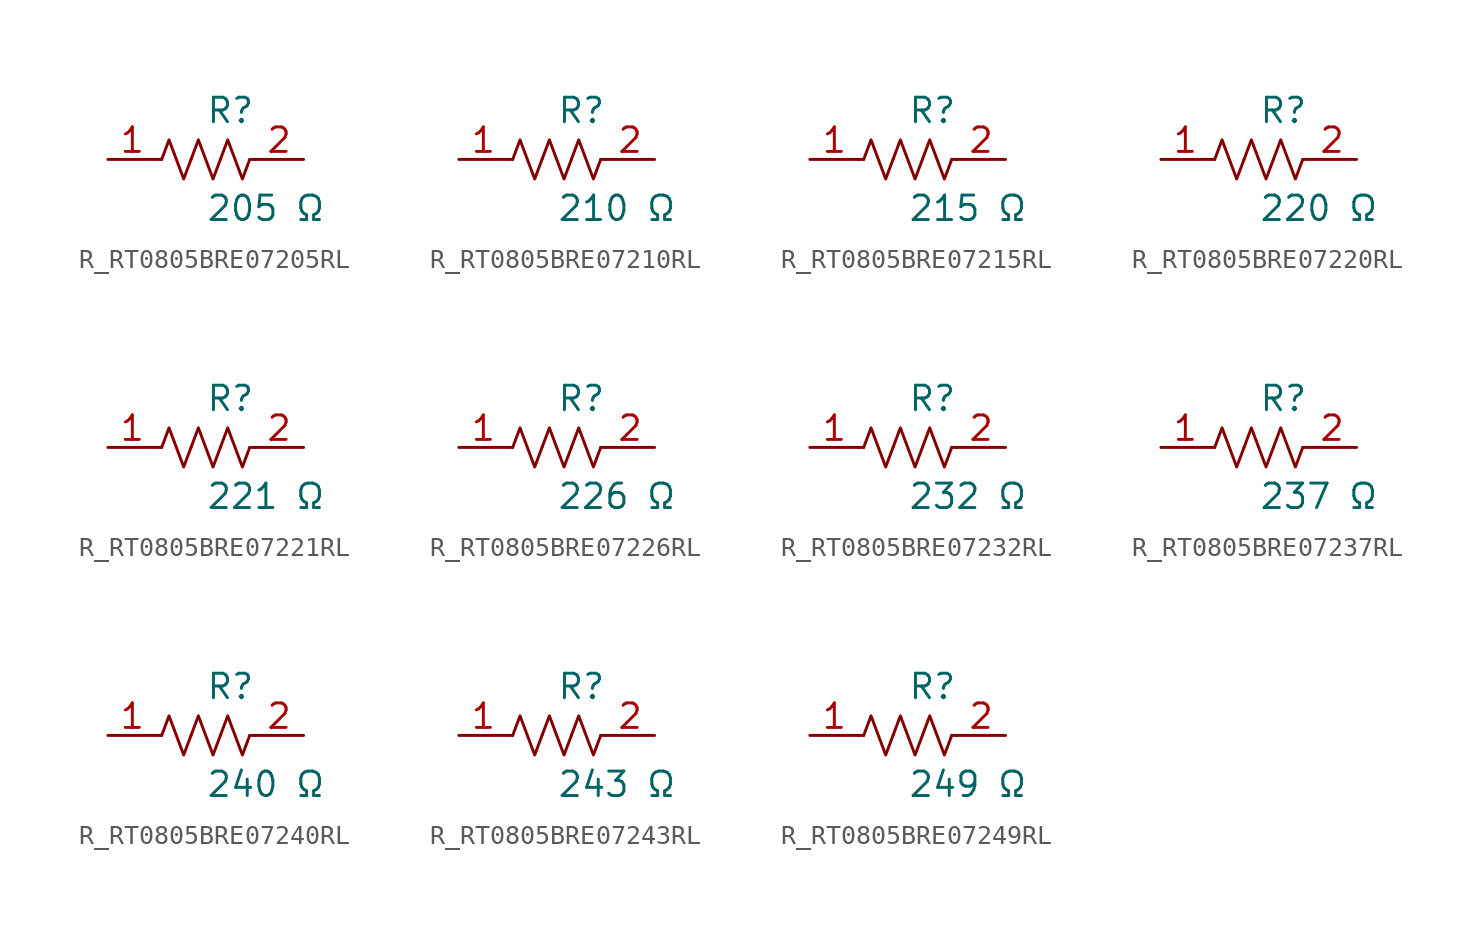
<source format=kicad_sym>
(kicad_symbol_lib
  (version 20231120)
  (generator kicad_symbol_editor)
  (generator_version 8.0)
  (symbol "R_RT0805BRE07205RL"
    (pin_names
      (offset 0.254))
    (property "Reference" "R"
      (at 0.0 2.54 0)
      (effects (font (size 1.27 1.27)) (justify left)))
    (property "Value" "205 Ω"
      (at 0.0 -2.54 0)
      (effects (font (size 1.27 1.27)) (justify left)))
    (symbol "R_RT0805BRE07205RL_0_1"
      (polyline (pts (xy 2.286 0) (xy 2.54 0)) (stroke (width 0) (type default)) (fill (type none)))
      (polyline (pts (xy -2.286 0) (xy -2.54 0)) (stroke (width 0) (type default)) (fill (type none)))
      (polyline (pts (xy 0.762 0) (xy 1.143 1.016) (xy 1.524 0) (xy 1.905 -1.016) (xy 2.286 0)) (stroke (width 0) (type default)) (fill (type none)))
      (polyline (pts (xy -0.762 0) (xy -0.381 1.016) (xy 0 0) (xy 0.381 -1.016) (xy 0.762 0)) (stroke (width 0) (type default)) (fill (type none)))
      (polyline (pts (xy -2.286 0) (xy -1.905 1.016) (xy -1.524 0) (xy -1.143 -1.016) (xy -0.762 0)) (stroke (width 0) (type default)) (fill (type none))))
    (pin unspecified line
      (at -5.08 0 0)
      (length 2.54)
      (name "" (effects (font (size 1.27 1.27))))
      (number "1" (effects (font (size 1.27 1.27)))))
    (pin unspecified line
      (at 5.08 0 180)
      (length 2.54)
      (name "" (effects (font (size 1.27 1.27))))
      (number "2" (effects (font (size 1.27 1.27))))))
  (symbol "R_RT0805BRE07210RL"
    (pin_names
      (offset 0.254))
    (property "Reference" "R"
      (at 0.0 2.54 0)
      (effects (font (size 1.27 1.27)) (justify left)))
    (property "Value" "210 Ω"
      (at 0.0 -2.54 0)
      (effects (font (size 1.27 1.27)) (justify left)))
    (symbol "R_RT0805BRE07210RL_0_1"
      (polyline (pts (xy 2.286 0) (xy 2.54 0)) (stroke (width 0) (type default)) (fill (type none)))
      (polyline (pts (xy -2.286 0) (xy -2.54 0)) (stroke (width 0) (type default)) (fill (type none)))
      (polyline (pts (xy 0.762 0) (xy 1.143 1.016) (xy 1.524 0) (xy 1.905 -1.016) (xy 2.286 0)) (stroke (width 0) (type default)) (fill (type none)))
      (polyline (pts (xy -0.762 0) (xy -0.381 1.016) (xy 0 0) (xy 0.381 -1.016) (xy 0.762 0)) (stroke (width 0) (type default)) (fill (type none)))
      (polyline (pts (xy -2.286 0) (xy -1.905 1.016) (xy -1.524 0) (xy -1.143 -1.016) (xy -0.762 0)) (stroke (width 0) (type default)) (fill (type none))))
    (pin unspecified line
      (at -5.08 0 0)
      (length 2.54)
      (name "" (effects (font (size 1.27 1.27))))
      (number "1" (effects (font (size 1.27 1.27)))))
    (pin unspecified line
      (at 5.08 0 180)
      (length 2.54)
      (name "" (effects (font (size 1.27 1.27))))
      (number "2" (effects (font (size 1.27 1.27))))))
  (symbol "R_RT0805BRE07215RL"
    (pin_names
      (offset 0.254))
    (property "Reference" "R"
      (at 0.0 2.54 0)
      (effects (font (size 1.27 1.27)) (justify left)))
    (property "Value" "215 Ω"
      (at 0.0 -2.54 0)
      (effects (font (size 1.27 1.27)) (justify left)))
    (symbol "R_RT0805BRE07215RL_0_1"
      (polyline (pts (xy 2.286 0) (xy 2.54 0)) (stroke (width 0) (type default)) (fill (type none)))
      (polyline (pts (xy -2.286 0) (xy -2.54 0)) (stroke (width 0) (type default)) (fill (type none)))
      (polyline (pts (xy 0.762 0) (xy 1.143 1.016) (xy 1.524 0) (xy 1.905 -1.016) (xy 2.286 0)) (stroke (width 0) (type default)) (fill (type none)))
      (polyline (pts (xy -0.762 0) (xy -0.381 1.016) (xy 0 0) (xy 0.381 -1.016) (xy 0.762 0)) (stroke (width 0) (type default)) (fill (type none)))
      (polyline (pts (xy -2.286 0) (xy -1.905 1.016) (xy -1.524 0) (xy -1.143 -1.016) (xy -0.762 0)) (stroke (width 0) (type default)) (fill (type none))))
    (pin unspecified line
      (at -5.08 0 0)
      (length 2.54)
      (name "" (effects (font (size 1.27 1.27))))
      (number "1" (effects (font (size 1.27 1.27)))))
    (pin unspecified line
      (at 5.08 0 180)
      (length 2.54)
      (name "" (effects (font (size 1.27 1.27))))
      (number "2" (effects (font (size 1.27 1.27))))))
  (symbol "R_RT0805BRE07220RL"
    (pin_names
      (offset 0.254))
    (property "Reference" "R"
      (at 0.0 2.54 0)
      (effects (font (size 1.27 1.27)) (justify left)))
    (property "Value" "220 Ω"
      (at 0.0 -2.54 0)
      (effects (font (size 1.27 1.27)) (justify left)))
    (symbol "R_RT0805BRE07220RL_0_1"
      (polyline (pts (xy 2.286 0) (xy 2.54 0)) (stroke (width 0) (type default)) (fill (type none)))
      (polyline (pts (xy -2.286 0) (xy -2.54 0)) (stroke (width 0) (type default)) (fill (type none)))
      (polyline (pts (xy 0.762 0) (xy 1.143 1.016) (xy 1.524 0) (xy 1.905 -1.016) (xy 2.286 0)) (stroke (width 0) (type default)) (fill (type none)))
      (polyline (pts (xy -0.762 0) (xy -0.381 1.016) (xy 0 0) (xy 0.381 -1.016) (xy 0.762 0)) (stroke (width 0) (type default)) (fill (type none)))
      (polyline (pts (xy -2.286 0) (xy -1.905 1.016) (xy -1.524 0) (xy -1.143 -1.016) (xy -0.762 0)) (stroke (width 0) (type default)) (fill (type none))))
    (pin unspecified line
      (at -5.08 0 0)
      (length 2.54)
      (name "" (effects (font (size 1.27 1.27))))
      (number "1" (effects (font (size 1.27 1.27)))))
    (pin unspecified line
      (at 5.08 0 180)
      (length 2.54)
      (name "" (effects (font (size 1.27 1.27))))
      (number "2" (effects (font (size 1.27 1.27))))))
  (symbol "R_RT0805BRE07221RL"
    (pin_names
      (offset 0.254))
    (property "Reference" "R"
      (at 0.0 2.54 0)
      (effects (font (size 1.27 1.27)) (justify left)))
    (property "Value" "221 Ω"
      (at 0.0 -2.54 0)
      (effects (font (size 1.27 1.27)) (justify left)))
    (symbol "R_RT0805BRE07221RL_0_1"
      (polyline (pts (xy 2.286 0) (xy 2.54 0)) (stroke (width 0) (type default)) (fill (type none)))
      (polyline (pts (xy -2.286 0) (xy -2.54 0)) (stroke (width 0) (type default)) (fill (type none)))
      (polyline (pts (xy 0.762 0) (xy 1.143 1.016) (xy 1.524 0) (xy 1.905 -1.016) (xy 2.286 0)) (stroke (width 0) (type default)) (fill (type none)))
      (polyline (pts (xy -0.762 0) (xy -0.381 1.016) (xy 0 0) (xy 0.381 -1.016) (xy 0.762 0)) (stroke (width 0) (type default)) (fill (type none)))
      (polyline (pts (xy -2.286 0) (xy -1.905 1.016) (xy -1.524 0) (xy -1.143 -1.016) (xy -0.762 0)) (stroke (width 0) (type default)) (fill (type none))))
    (pin unspecified line
      (at -5.08 0 0)
      (length 2.54)
      (name "" (effects (font (size 1.27 1.27))))
      (number "1" (effects (font (size 1.27 1.27)))))
    (pin unspecified line
      (at 5.08 0 180)
      (length 2.54)
      (name "" (effects (font (size 1.27 1.27))))
      (number "2" (effects (font (size 1.27 1.27))))))
  (symbol "R_RT0805BRE07226RL"
    (pin_names
      (offset 0.254))
    (property "Reference" "R"
      (at 0.0 2.54 0)
      (effects (font (size 1.27 1.27)) (justify left)))
    (property "Value" "226 Ω"
      (at 0.0 -2.54 0)
      (effects (font (size 1.27 1.27)) (justify left)))
    (symbol "R_RT0805BRE07226RL_0_1"
      (polyline (pts (xy 2.286 0) (xy 2.54 0)) (stroke (width 0) (type default)) (fill (type none)))
      (polyline (pts (xy -2.286 0) (xy -2.54 0)) (stroke (width 0) (type default)) (fill (type none)))
      (polyline (pts (xy 0.762 0) (xy 1.143 1.016) (xy 1.524 0) (xy 1.905 -1.016) (xy 2.286 0)) (stroke (width 0) (type default)) (fill (type none)))
      (polyline (pts (xy -0.762 0) (xy -0.381 1.016) (xy 0 0) (xy 0.381 -1.016) (xy 0.762 0)) (stroke (width 0) (type default)) (fill (type none)))
      (polyline (pts (xy -2.286 0) (xy -1.905 1.016) (xy -1.524 0) (xy -1.143 -1.016) (xy -0.762 0)) (stroke (width 0) (type default)) (fill (type none))))
    (pin unspecified line
      (at -5.08 0 0)
      (length 2.54)
      (name "" (effects (font (size 1.27 1.27))))
      (number "1" (effects (font (size 1.27 1.27)))))
    (pin unspecified line
      (at 5.08 0 180)
      (length 2.54)
      (name "" (effects (font (size 1.27 1.27))))
      (number "2" (effects (font (size 1.27 1.27))))))
  (symbol "R_RT0805BRE07232RL"
    (pin_names
      (offset 0.254))
    (property "Reference" "R"
      (at 0.0 2.54 0)
      (effects (font (size 1.27 1.27)) (justify left)))
    (property "Value" "232 Ω"
      (at 0.0 -2.54 0)
      (effects (font (size 1.27 1.27)) (justify left)))
    (symbol "R_RT0805BRE07232RL_0_1"
      (polyline (pts (xy 2.286 0) (xy 2.54 0)) (stroke (width 0) (type default)) (fill (type none)))
      (polyline (pts (xy -2.286 0) (xy -2.54 0)) (stroke (width 0) (type default)) (fill (type none)))
      (polyline (pts (xy 0.762 0) (xy 1.143 1.016) (xy 1.524 0) (xy 1.905 -1.016) (xy 2.286 0)) (stroke (width 0) (type default)) (fill (type none)))
      (polyline (pts (xy -0.762 0) (xy -0.381 1.016) (xy 0 0) (xy 0.381 -1.016) (xy 0.762 0)) (stroke (width 0) (type default)) (fill (type none)))
      (polyline (pts (xy -2.286 0) (xy -1.905 1.016) (xy -1.524 0) (xy -1.143 -1.016) (xy -0.762 0)) (stroke (width 0) (type default)) (fill (type none))))
    (pin unspecified line
      (at -5.08 0 0)
      (length 2.54)
      (name "" (effects (font (size 1.27 1.27))))
      (number "1" (effects (font (size 1.27 1.27)))))
    (pin unspecified line
      (at 5.08 0 180)
      (length 2.54)
      (name "" (effects (font (size 1.27 1.27))))
      (number "2" (effects (font (size 1.27 1.27))))))
  (symbol "R_RT0805BRE07237RL"
    (pin_names
      (offset 0.254))
    (property "Reference" "R"
      (at 0.0 2.54 0)
      (effects (font (size 1.27 1.27)) (justify left)))
    (property "Value" "237 Ω"
      (at 0.0 -2.54 0)
      (effects (font (size 1.27 1.27)) (justify left)))
    (symbol "R_RT0805BRE07237RL_0_1"
      (polyline (pts (xy 2.286 0) (xy 2.54 0)) (stroke (width 0) (type default)) (fill (type none)))
      (polyline (pts (xy -2.286 0) (xy -2.54 0)) (stroke (width 0) (type default)) (fill (type none)))
      (polyline (pts (xy 0.762 0) (xy 1.143 1.016) (xy 1.524 0) (xy 1.905 -1.016) (xy 2.286 0)) (stroke (width 0) (type default)) (fill (type none)))
      (polyline (pts (xy -0.762 0) (xy -0.381 1.016) (xy 0 0) (xy 0.381 -1.016) (xy 0.762 0)) (stroke (width 0) (type default)) (fill (type none)))
      (polyline (pts (xy -2.286 0) (xy -1.905 1.016) (xy -1.524 0) (xy -1.143 -1.016) (xy -0.762 0)) (stroke (width 0) (type default)) (fill (type none))))
    (pin unspecified line
      (at -5.08 0 0)
      (length 2.54)
      (name "" (effects (font (size 1.27 1.27))))
      (number "1" (effects (font (size 1.27 1.27)))))
    (pin unspecified line
      (at 5.08 0 180)
      (length 2.54)
      (name "" (effects (font (size 1.27 1.27))))
      (number "2" (effects (font (size 1.27 1.27))))))
  (symbol "R_RT0805BRE07240RL"
    (pin_names
      (offset 0.254))
    (property "Reference" "R"
      (at 0.0 2.54 0)
      (effects (font (size 1.27 1.27)) (justify left)))
    (property "Value" "240 Ω"
      (at 0.0 -2.54 0)
      (effects (font (size 1.27 1.27)) (justify left)))
    (symbol "R_RT0805BRE07240RL_0_1"
      (polyline (pts (xy 2.286 0) (xy 2.54 0)) (stroke (width 0) (type default)) (fill (type none)))
      (polyline (pts (xy -2.286 0) (xy -2.54 0)) (stroke (width 0) (type default)) (fill (type none)))
      (polyline (pts (xy 0.762 0) (xy 1.143 1.016) (xy 1.524 0) (xy 1.905 -1.016) (xy 2.286 0)) (stroke (width 0) (type default)) (fill (type none)))
      (polyline (pts (xy -0.762 0) (xy -0.381 1.016) (xy 0 0) (xy 0.381 -1.016) (xy 0.762 0)) (stroke (width 0) (type default)) (fill (type none)))
      (polyline (pts (xy -2.286 0) (xy -1.905 1.016) (xy -1.524 0) (xy -1.143 -1.016) (xy -0.762 0)) (stroke (width 0) (type default)) (fill (type none))))
    (pin unspecified line
      (at -5.08 0 0)
      (length 2.54)
      (name "" (effects (font (size 1.27 1.27))))
      (number "1" (effects (font (size 1.27 1.27)))))
    (pin unspecified line
      (at 5.08 0 180)
      (length 2.54)
      (name "" (effects (font (size 1.27 1.27))))
      (number "2" (effects (font (size 1.27 1.27))))))
  (symbol "R_RT0805BRE07243RL"
    (pin_names
      (offset 0.254))
    (property "Reference" "R"
      (at 0.0 2.54 0)
      (effects (font (size 1.27 1.27)) (justify left)))
    (property "Value" "243 Ω"
      (at 0.0 -2.54 0)
      (effects (font (size 1.27 1.27)) (justify left)))
    (symbol "R_RT0805BRE07243RL_0_1"
      (polyline (pts (xy 2.286 0) (xy 2.54 0)) (stroke (width 0) (type default)) (fill (type none)))
      (polyline (pts (xy -2.286 0) (xy -2.54 0)) (stroke (width 0) (type default)) (fill (type none)))
      (polyline (pts (xy 0.762 0) (xy 1.143 1.016) (xy 1.524 0) (xy 1.905 -1.016) (xy 2.286 0)) (stroke (width 0) (type default)) (fill (type none)))
      (polyline (pts (xy -0.762 0) (xy -0.381 1.016) (xy 0 0) (xy 0.381 -1.016) (xy 0.762 0)) (stroke (width 0) (type default)) (fill (type none)))
      (polyline (pts (xy -2.286 0) (xy -1.905 1.016) (xy -1.524 0) (xy -1.143 -1.016) (xy -0.762 0)) (stroke (width 0) (type default)) (fill (type none))))
    (pin unspecified line
      (at -5.08 0 0)
      (length 2.54)
      (name "" (effects (font (size 1.27 1.27))))
      (number "1" (effects (font (size 1.27 1.27)))))
    (pin unspecified line
      (at 5.08 0 180)
      (length 2.54)
      (name "" (effects (font (size 1.27 1.27))))
      (number "2" (effects (font (size 1.27 1.27))))))
  (symbol "R_RT0805BRE07249RL"
    (pin_names
      (offset 0.254))
    (property "Reference" "R"
      (at 0.0 2.54 0)
      (effects (font (size 1.27 1.27)) (justify left)))
    (property "Value" "249 Ω"
      (at 0.0 -2.54 0)
      (effects (font (size 1.27 1.27)) (justify left)))
    (symbol "R_RT0805BRE07249RL_0_1"
      (polyline (pts (xy 2.286 0) (xy 2.54 0)) (stroke (width 0) (type default)) (fill (type none)))
      (polyline (pts (xy -2.286 0) (xy -2.54 0)) (stroke (width 0) (type default)) (fill (type none)))
      (polyline (pts (xy 0.762 0) (xy 1.143 1.016) (xy 1.524 0) (xy 1.905 -1.016) (xy 2.286 0)) (stroke (width 0) (type default)) (fill (type none)))
      (polyline (pts (xy -0.762 0) (xy -0.381 1.016) (xy 0 0) (xy 0.381 -1.016) (xy 0.762 0)) (stroke (width 0) (type default)) (fill (type none)))
      (polyline (pts (xy -2.286 0) (xy -1.905 1.016) (xy -1.524 0) (xy -1.143 -1.016) (xy -0.762 0)) (stroke (width 0) (type default)) (fill (type none))))
    (pin unspecified line
      (at -5.08 0 0)
      (length 2.54)
      (name "" (effects (font (size 1.27 1.27))))
      (number "1" (effects (font (size 1.27 1.27)))))
    (pin unspecified line
      (at 5.08 0 180)
      (length 2.54)
      (name "" (effects (font (size 1.27 1.27))))
      (number "2" (effects (font (size 1.27 1.27)))))))
</source>
